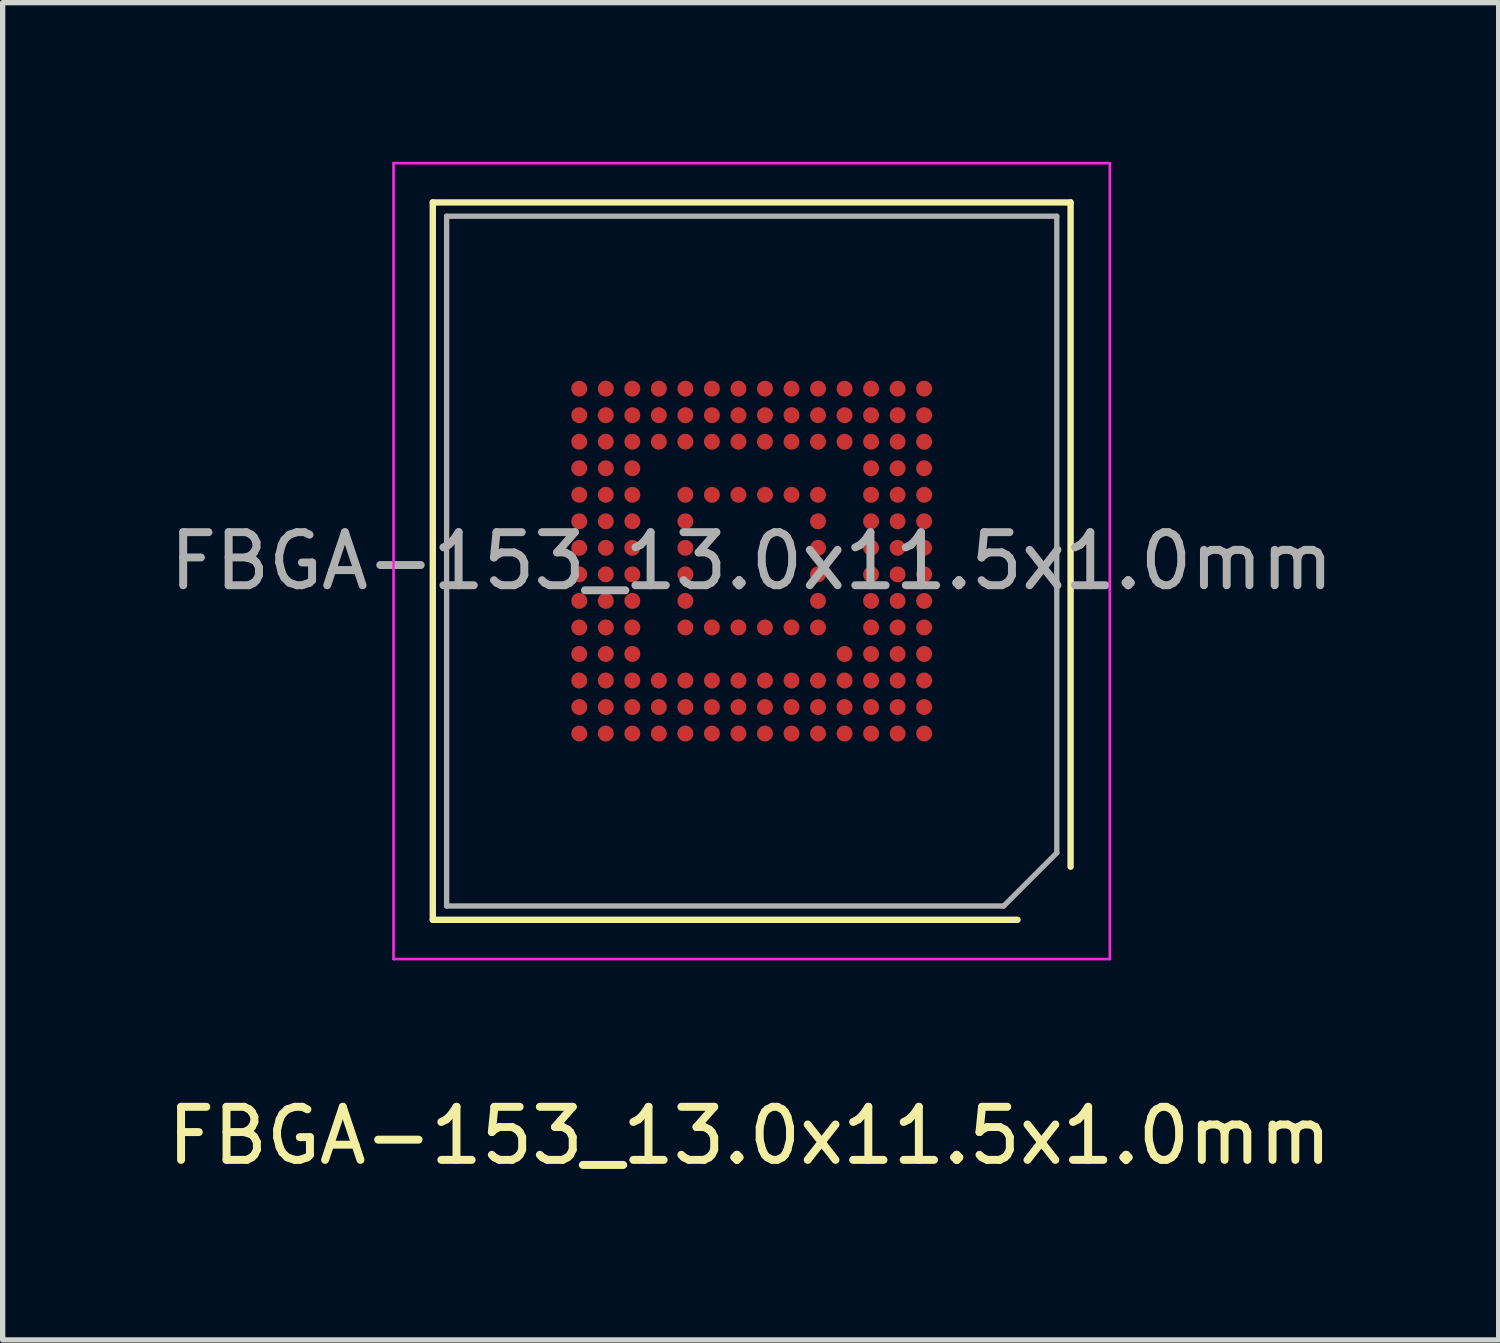
<source format=kicad_pcb>
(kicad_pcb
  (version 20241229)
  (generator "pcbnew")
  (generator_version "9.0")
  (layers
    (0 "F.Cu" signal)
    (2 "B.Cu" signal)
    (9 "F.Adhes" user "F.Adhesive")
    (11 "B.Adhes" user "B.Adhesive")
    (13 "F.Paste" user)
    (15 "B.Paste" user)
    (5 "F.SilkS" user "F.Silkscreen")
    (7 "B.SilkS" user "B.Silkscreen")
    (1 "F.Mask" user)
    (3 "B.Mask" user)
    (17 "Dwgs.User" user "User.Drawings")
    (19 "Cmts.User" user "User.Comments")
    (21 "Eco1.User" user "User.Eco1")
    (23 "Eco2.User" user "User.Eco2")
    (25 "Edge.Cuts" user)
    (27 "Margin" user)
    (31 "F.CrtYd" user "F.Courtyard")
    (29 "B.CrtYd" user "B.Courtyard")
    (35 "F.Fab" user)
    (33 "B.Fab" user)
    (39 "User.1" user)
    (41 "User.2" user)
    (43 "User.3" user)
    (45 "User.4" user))
  (footprint "FBGA-153_13.0x11.5x1.0mm"
    (layer "F.Cu")
    (at 11.117 7.525)
    (property "Reference" "FBGA-153_13.0x11.5x1.0mm" (at -0.04 10.83 0) (layer "F.SilkS") (effects (font (size 1 1) (thickness 0.15))))
    (attr through_hole)
    (fp_line (start -6.01 -6.76) (end -6.01 6.76) (stroke (width 0.12) (type solid)) (layer "F.SilkS"))
    (fp_line (start -6.01 -6.76) (end 6.01 -6.76) (stroke (width 0.12) (type solid)) (layer "F.SilkS"))
    (fp_line (start 5.01 6.76) (end -6.01 6.76) (stroke (width 0.12) (type solid)) (layer "F.SilkS"))
    (fp_line (start 6.01 5.76) (end 6.01 -6.76) (stroke (width 0.12) (type solid)) (layer "F.SilkS"))
    (fp_line (start -6.75 7.5) (end -6.75 -7.5) (stroke (width 0.05) (type solid)) (layer "F.CrtYd"))
    (fp_line (start -6.75 7.5) (end 6.75 7.5) (stroke (width 0.05) (type solid)) (layer "F.CrtYd"))
    (fp_line (start 6.75 -7.5) (end -6.75 -7.5) (stroke (width 0.05) (type solid)) (layer "F.CrtYd"))
    (fp_line (start 6.75 -7.5) (end 6.75 7.5) (stroke (width 0.05) (type solid)) (layer "F.CrtYd"))
    (fp_line (start -5.75 6.5) (end -5.75 -6.5) (stroke (width 0.1) (type solid)) (layer "F.Fab"))
    (fp_line (start -5.75 6.5) (end 4.75 6.5) (stroke (width 0.1) (type solid)) (layer "F.Fab"))
    (fp_line (start 5.75 -6.5) (end -5.75 -6.5) (stroke (width 0.1) (type solid)) (layer "F.Fab"))
    (fp_line (start 5.75 -6.5) (end 5.75 5.5) (stroke (width 0.1) (type solid)) (layer "F.Fab"))
    (fp_line (start 5.75 5.5) (end 4.75 6.5) (stroke (width 0.1) (type solid)) (layer "F.Fab"))
    (fp_text user "${REFERENCE}" (at 0 0 0) (layer "F.Fab") (effects (font (size 1 1) (thickness 0.15))))
    (pad "A1" smd circle (at 3.25 3.25 270) (size 0.3 0.3) (layers "F.Cu" "F.Mask" "F.Paste"))
    (pad "A2" smd circle (at 2.75 3.25 270) (size 0.3 0.3) (layers "F.Cu" "F.Mask" "F.Paste"))
    (pad "A3" smd circle (at 2.25 3.25 270) (size 0.3 0.3) (layers "F.Cu" "F.Mask" "F.Paste"))
    (pad "A4" smd circle (at 1.75 3.25 270) (size 0.3 0.3) (layers "F.Cu" "F.Mask" "F.Paste"))
    (pad "A5" smd circle (at 1.25 3.25 270) (size 0.3 0.3) (layers "F.Cu" "F.Mask" "F.Paste"))
    (pad "A6" smd circle (at 0.75 3.25 270) (size 0.3 0.3) (layers "F.Cu" "F.Mask" "F.Paste"))
    (pad "A7" smd circle (at 0.25 3.25 270) (size 0.3 0.3) (layers "F.Cu" "F.Mask" "F.Paste"))
    (pad "A8" smd circle (at -0.25 3.25 270) (size 0.3 0.3) (layers "F.Cu" "F.Mask" "F.Paste"))
    (pad "A9" smd circle (at -0.75 3.25 270) (size 0.3 0.3) (layers "F.Cu" "F.Mask" "F.Paste"))
    (pad "A10" smd circle (at -1.25 3.25 270) (size 0.3 0.3) (layers "F.Cu" "F.Mask" "F.Paste"))
    (pad "A11" smd circle (at -1.75 3.25 270) (size 0.3 0.3) (layers "F.Cu" "F.Mask" "F.Paste"))
    (pad "A12" smd circle (at -2.25 3.25 270) (size 0.3 0.3) (layers "F.Cu" "F.Mask" "F.Paste"))
    (pad "A13" smd circle (at -2.75 3.25 270) (size 0.3 0.3) (layers "F.Cu" "F.Mask" "F.Paste"))
    (pad "A14" smd circle (at -3.25 3.25 270) (size 0.3 0.3) (layers "F.Cu" "F.Mask" "F.Paste"))
    (pad "B1" smd circle (at 3.25 2.75 270) (size 0.3 0.3) (layers "F.Cu" "F.Mask" "F.Paste"))
    (pad "B2" smd circle (at 2.75 2.75 270) (size 0.3 0.3) (layers "F.Cu" "F.Mask" "F.Paste"))
    (pad "B3" smd circle (at 2.25 2.75 270) (size 0.3 0.3) (layers "F.Cu" "F.Mask" "F.Paste"))
    (pad "B4" smd circle (at 1.75 2.75 270) (size 0.3 0.3) (layers "F.Cu" "F.Mask" "F.Paste"))
    (pad "B5" smd circle (at 1.25 2.75 270) (size 0.3 0.3) (layers "F.Cu" "F.Mask" "F.Paste"))
    (pad "B6" smd circle (at 0.75 2.75 270) (size 0.3 0.3) (layers "F.Cu" "F.Mask" "F.Paste"))
    (pad "B7" smd circle (at 0.25 2.75 270) (size 0.3 0.3) (layers "F.Cu" "F.Mask" "F.Paste"))
    (pad "B8" smd circle (at -0.25 2.75 270) (size 0.3 0.3) (layers "F.Cu" "F.Mask" "F.Paste"))
    (pad "B9" smd circle (at -0.75 2.75 270) (size 0.3 0.3) (layers "F.Cu" "F.Mask" "F.Paste"))
    (pad "B10" smd circle (at -1.25 2.75 270) (size 0.3 0.3) (layers "F.Cu" "F.Mask" "F.Paste"))
    (pad "B11" smd circle (at -1.75 2.75 270) (size 0.3 0.3) (layers "F.Cu" "F.Mask" "F.Paste"))
    (pad "B12" smd circle (at -2.25 2.75 270) (size 0.3 0.3) (layers "F.Cu" "F.Mask" "F.Paste"))
    (pad "B13" smd circle (at -2.75 2.75 270) (size 0.3 0.3) (layers "F.Cu" "F.Mask" "F.Paste"))
    (pad "B14" smd circle (at -3.25 2.75 270) (size 0.3 0.3) (layers "F.Cu" "F.Mask" "F.Paste"))
    (pad "C1" smd circle (at 3.25 2.25 270) (size 0.3 0.3) (layers "F.Cu" "F.Mask" "F.Paste"))
    (pad "C2" smd circle (at 2.75 2.25 270) (size 0.3 0.3) (layers "F.Cu" "F.Mask" "F.Paste"))
    (pad "C3" smd circle (at 2.25 2.25 270) (size 0.3 0.3) (layers "F.Cu" "F.Mask" "F.Paste"))
    (pad "C4" smd circle (at 1.75 2.25 270) (size 0.3 0.3) (layers "F.Cu" "F.Mask" "F.Paste"))
    (pad "C5" smd circle (at 1.25 2.25 270) (size 0.3 0.3) (layers "F.Cu" "F.Mask" "F.Paste"))
    (pad "C6" smd circle (at 0.75 2.25 270) (size 0.3 0.3) (layers "F.Cu" "F.Mask" "F.Paste"))
    (pad "C7" smd circle (at 0.25 2.25 270) (size 0.3 0.3) (layers "F.Cu" "F.Mask" "F.Paste"))
    (pad "C8" smd circle (at -0.25 2.25 270) (size 0.3 0.3) (layers "F.Cu" "F.Mask" "F.Paste"))
    (pad "C9" smd circle (at -0.75 2.25 270) (size 0.3 0.3) (layers "F.Cu" "F.Mask" "F.Paste"))
    (pad "C10" smd circle (at -1.25 2.25 270) (size 0.3 0.3) (layers "F.Cu" "F.Mask" "F.Paste"))
    (pad "C11" smd circle (at -1.75 2.25 270) (size 0.3 0.3) (layers "F.Cu" "F.Mask" "F.Paste"))
    (pad "C12" smd circle (at -2.25 2.25 270) (size 0.3 0.3) (layers "F.Cu" "F.Mask" "F.Paste"))
    (pad "C13" smd circle (at -2.75 2.25 270) (size 0.3 0.3) (layers "F.Cu" "F.Mask" "F.Paste"))
    (pad "C14" smd circle (at -3.25 2.25 270) (size 0.3 0.3) (layers "F.Cu" "F.Mask" "F.Paste"))
    (pad "D1" smd circle (at 3.25 1.75 270) (size 0.3 0.3) (layers "F.Cu" "F.Mask" "F.Paste"))
    (pad "D2" smd circle (at 2.75 1.75 270) (size 0.3 0.3) (layers "F.Cu" "F.Mask" "F.Paste"))
    (pad "D3" smd circle (at 2.25 1.75 270) (size 0.3 0.3) (layers "F.Cu" "F.Mask" "F.Paste"))
    (pad "D4" smd circle (at 1.75 1.75 270) (size 0.3 0.3) (layers "F.Cu" "F.Mask" "F.Paste"))
    (pad "D12" smd circle (at -2.25 1.75 270) (size 0.3 0.3) (layers "F.Cu" "F.Mask" "F.Paste"))
    (pad "D13" smd circle (at -2.75 1.75 270) (size 0.3 0.3) (layers "F.Cu" "F.Mask" "F.Paste"))
    (pad "D14" smd circle (at -3.25 1.75 270) (size 0.3 0.3) (layers "F.Cu" "F.Mask" "F.Paste"))
    (pad "E1" smd circle (at 3.25 1.25 270) (size 0.3 0.3) (layers "F.Cu" "F.Mask" "F.Paste"))
    (pad "E2" smd circle (at 2.75 1.25 270) (size 0.3 0.3) (layers "F.Cu" "F.Mask" "F.Paste"))
    (pad "E3" smd circle (at 2.25 1.25 270) (size 0.3 0.3) (layers "F.Cu" "F.Mask" "F.Paste"))
    (pad "E5" smd circle (at 1.25 1.25 270) (size 0.3 0.3) (layers "F.Cu" "F.Mask" "F.Paste"))
    (pad "E6" smd circle (at 0.75 1.25 270) (size 0.3 0.3) (layers "F.Cu" "F.Mask" "F.Paste"))
    (pad "E7" smd circle (at 0.25 1.25 270) (size 0.3 0.3) (layers "F.Cu" "F.Mask" "F.Paste"))
    (pad "E8" smd circle (at -0.25 1.25 270) (size 0.3 0.3) (layers "F.Cu" "F.Mask" "F.Paste"))
    (pad "E9" smd circle (at -0.75 1.25 270) (size 0.3 0.3) (layers "F.Cu" "F.Mask" "F.Paste"))
    (pad "E10" smd circle (at -1.25 1.25 270) (size 0.3 0.3) (layers "F.Cu" "F.Mask" "F.Paste"))
    (pad "E12" smd circle (at -2.25 1.25 270) (size 0.3 0.3) (layers "F.Cu" "F.Mask" "F.Paste"))
    (pad "E13" smd circle (at -2.75 1.25 270) (size 0.3 0.3) (layers "F.Cu" "F.Mask" "F.Paste"))
    (pad "E14" smd circle (at -3.25 1.25 270) (size 0.3 0.3) (layers "F.Cu" "F.Mask" "F.Paste"))
    (pad "F1" smd circle (at 3.25 0.75 270) (size 0.3 0.3) (layers "F.Cu" "F.Mask" "F.Paste"))
    (pad "F2" smd circle (at 2.75 0.75 270) (size 0.3 0.3) (layers "F.Cu" "F.Mask" "F.Paste"))
    (pad "F3" smd circle (at 2.25 0.75 270) (size 0.3 0.3) (layers "F.Cu" "F.Mask" "F.Paste"))
    (pad "F5" smd circle (at 1.25 0.75 270) (size 0.3 0.3) (layers "F.Cu" "F.Mask" "F.Paste"))
    (pad "F10" smd circle (at -1.25 0.75 270) (size 0.3 0.3) (layers "F.Cu" "F.Mask" "F.Paste"))
    (pad "F12" smd circle (at -2.25 0.75 270) (size 0.3 0.3) (layers "F.Cu" "F.Mask" "F.Paste"))
    (pad "F13" smd circle (at -2.75 0.75 270) (size 0.3 0.3) (layers "F.Cu" "F.Mask" "F.Paste"))
    (pad "F14" smd circle (at -3.25 0.75 270) (size 0.3 0.3) (layers "F.Cu" "F.Mask" "F.Paste"))
    (pad "G1" smd circle (at 3.25 0.25 270) (size 0.3 0.3) (layers "F.Cu" "F.Mask" "F.Paste"))
    (pad "G2" smd circle (at 2.75 0.25 270) (size 0.3 0.3) (layers "F.Cu" "F.Mask" "F.Paste"))
    (pad "G3" smd circle (at 2.25 0.25 270) (size 0.3 0.3) (layers "F.Cu" "F.Mask" "F.Paste"))
    (pad "G5" smd circle (at 1.25 0.25 270) (size 0.3 0.3) (layers "F.Cu" "F.Mask" "F.Paste"))
    (pad "G10" smd circle (at -1.25 0.25 270) (size 0.3 0.3) (layers "F.Cu" "F.Mask" "F.Paste"))
    (pad "G12" smd circle (at -2.25 0.25 270) (size 0.3 0.3) (layers "F.Cu" "F.Mask" "F.Paste"))
    (pad "G13" smd circle (at -2.75 0.25 270) (size 0.3 0.3) (layers "F.Cu" "F.Mask" "F.Paste"))
    (pad "G14" smd circle (at -3.25 0.25 270) (size 0.3 0.3) (layers "F.Cu" "F.Mask" "F.Paste"))
    (pad "H1" smd circle (at 3.25 -0.25 270) (size 0.3 0.3) (layers "F.Cu" "F.Mask" "F.Paste"))
    (pad "H2" smd circle (at 2.75 -0.25 270) (size 0.3 0.3) (layers "F.Cu" "F.Mask" "F.Paste"))
    (pad "H3" smd circle (at 2.25 -0.25 270) (size 0.3 0.3) (layers "F.Cu" "F.Mask" "F.Paste"))
    (pad "H5" smd circle (at 1.25 -0.25 270) (size 0.3 0.3) (layers "F.Cu" "F.Mask" "F.Paste"))
    (pad "H10" smd circle (at -1.25 -0.25 270) (size 0.3 0.3) (layers "F.Cu" "F.Mask" "F.Paste"))
    (pad "H12" smd circle (at -2.25 -0.25 270) (size 0.3 0.3) (layers "F.Cu" "F.Mask" "F.Paste"))
    (pad "H13" smd circle (at -2.75 -0.25 270) (size 0.3 0.3) (layers "F.Cu" "F.Mask" "F.Paste"))
    (pad "H14" smd circle (at -3.25 -0.25 270) (size 0.3 0.3) (layers "F.Cu" "F.Mask" "F.Paste"))
    (pad "J1" smd circle (at 3.25 -0.75 270) (size 0.3 0.3) (layers "F.Cu" "F.Mask" "F.Paste"))
    (pad "J2" smd circle (at 2.75 -0.75 270) (size 0.3 0.3) (layers "F.Cu" "F.Mask" "F.Paste"))
    (pad "J3" smd circle (at 2.25 -0.75 270) (size 0.3 0.3) (layers "F.Cu" "F.Mask" "F.Paste"))
    (pad "J5" smd circle (at 1.25 -0.75 270) (size 0.3 0.3) (layers "F.Cu" "F.Mask" "F.Paste"))
    (pad "J10" smd circle (at -1.25 -0.75 270) (size 0.3 0.3) (layers "F.Cu" "F.Mask" "F.Paste"))
    (pad "J12" smd circle (at -2.25 -0.75 270) (size 0.3 0.3) (layers "F.Cu" "F.Mask" "F.Paste"))
    (pad "J13" smd circle (at -2.75 -0.75 270) (size 0.3 0.3) (layers "F.Cu" "F.Mask" "F.Paste"))
    (pad "J14" smd circle (at -3.25 -0.75 270) (size 0.3 0.3) (layers "F.Cu" "F.Mask" "F.Paste"))
    (pad "K1" smd circle (at 3.25 -1.25 270) (size 0.3 0.3) (layers "F.Cu" "F.Mask" "F.Paste"))
    (pad "K2" smd circle (at 2.75 -1.25 270) (size 0.3 0.3) (layers "F.Cu" "F.Mask" "F.Paste"))
    (pad "K3" smd circle (at 2.25 -1.25 270) (size 0.3 0.3) (layers "F.Cu" "F.Mask" "F.Paste"))
    (pad "K5" smd circle (at 1.25 -1.25 270) (size 0.3 0.3) (layers "F.Cu" "F.Mask" "F.Paste"))
    (pad "K6" smd circle (at 0.75 -1.25 270) (size 0.3 0.3) (layers "F.Cu" "F.Mask" "F.Paste"))
    (pad "K7" smd circle (at 0.25 -1.25 270) (size 0.3 0.3) (layers "F.Cu" "F.Mask" "F.Paste"))
    (pad "K8" smd circle (at -0.25 -1.25 270) (size 0.3 0.3) (layers "F.Cu" "F.Mask" "F.Paste"))
    (pad "K9" smd circle (at -0.75 -1.25 270) (size 0.3 0.3) (layers "F.Cu" "F.Mask" "F.Paste"))
    (pad "K10" smd circle (at -1.25 -1.25 270) (size 0.3 0.3) (layers "F.Cu" "F.Mask" "F.Paste"))
    (pad "K12" smd circle (at -2.25 -1.25 270) (size 0.3 0.3) (layers "F.Cu" "F.Mask" "F.Paste"))
    (pad "K13" smd circle (at -2.75 -1.25 270) (size 0.3 0.3) (layers "F.Cu" "F.Mask" "F.Paste"))
    (pad "K14" smd circle (at -3.25 -1.25 270) (size 0.3 0.3) (layers "F.Cu" "F.Mask" "F.Paste"))
    (pad "L1" smd circle (at 3.25 -1.75 270) (size 0.3 0.3) (layers "F.Cu" "F.Mask" "F.Paste"))
    (pad "L2" smd circle (at 2.75 -1.75 270) (size 0.3 0.3) (layers "F.Cu" "F.Mask" "F.Paste"))
    (pad "L3" smd circle (at 2.25 -1.75 270) (size 0.3 0.3) (layers "F.Cu" "F.Mask" "F.Paste"))
    (pad "L12" smd circle (at -2.25 -1.75 270) (size 0.3 0.3) (layers "F.Cu" "F.Mask" "F.Paste"))
    (pad "L13" smd circle (at -2.75 -1.75 270) (size 0.3 0.3) (layers "F.Cu" "F.Mask" "F.Paste"))
    (pad "L14" smd circle (at -3.25 -1.75 270) (size 0.3 0.3) (layers "F.Cu" "F.Mask" "F.Paste"))
    (pad "M1" smd circle (at 3.25 -2.25 270) (size 0.3 0.3) (layers "F.Cu" "F.Mask" "F.Paste"))
    (pad "M2" smd circle (at 2.75 -2.25 270) (size 0.3 0.3) (layers "F.Cu" "F.Mask" "F.Paste"))
    (pad "M3" smd circle (at 2.25 -2.25 270) (size 0.3 0.3) (layers "F.Cu" "F.Mask" "F.Paste"))
    (pad "M4" smd circle (at 1.75 -2.25 270) (size 0.3 0.3) (layers "F.Cu" "F.Mask" "F.Paste"))
    (pad "M5" smd circle (at 1.25 -2.25 270) (size 0.3 0.3) (layers "F.Cu" "F.Mask" "F.Paste"))
    (pad "M6" smd circle (at 0.75 -2.25 270) (size 0.3 0.3) (layers "F.Cu" "F.Mask" "F.Paste"))
    (pad "M7" smd circle (at 0.25 -2.25 270) (size 0.3 0.3) (layers "F.Cu" "F.Mask" "F.Paste"))
    (pad "M8" smd circle (at -0.25 -2.25 270) (size 0.3 0.3) (layers "F.Cu" "F.Mask" "F.Paste"))
    (pad "M9" smd circle (at -0.75 -2.25 270) (size 0.3 0.3) (layers "F.Cu" "F.Mask" "F.Paste"))
    (pad "M10" smd circle (at -1.25 -2.25 270) (size 0.3 0.3) (layers "F.Cu" "F.Mask" "F.Paste"))
    (pad "M11" smd circle (at -1.75 -2.25 270) (size 0.3 0.3) (layers "F.Cu" "F.Mask" "F.Paste"))
    (pad "M12" smd circle (at -2.25 -2.25 270) (size 0.3 0.3) (layers "F.Cu" "F.Mask" "F.Paste"))
    (pad "M13" smd circle (at -2.75 -2.25 270) (size 0.3 0.3) (layers "F.Cu" "F.Mask" "F.Paste"))
    (pad "M14" smd circle (at -3.25 -2.25 270) (size 0.3 0.3) (layers "F.Cu" "F.Mask" "F.Paste"))
    (pad "N1" smd circle (at 3.25 -2.75 270) (size 0.3 0.3) (layers "F.Cu" "F.Mask" "F.Paste"))
    (pad "N2" smd circle (at 2.75 -2.75 270) (size 0.3 0.3) (layers "F.Cu" "F.Mask" "F.Paste"))
    (pad "N3" smd circle (at 2.25 -2.75 270) (size 0.3 0.3) (layers "F.Cu" "F.Mask" "F.Paste"))
    (pad "N4" smd circle (at 1.75 -2.75 270) (size 0.3 0.3) (layers "F.Cu" "F.Mask" "F.Paste"))
    (pad "N5" smd circle (at 1.25 -2.75 270) (size 0.3 0.3) (layers "F.Cu" "F.Mask" "F.Paste"))
    (pad "N6" smd circle (at 0.75 -2.75 270) (size 0.3 0.3) (layers "F.Cu" "F.Mask" "F.Paste"))
    (pad "N7" smd circle (at 0.25 -2.75 270) (size 0.3 0.3) (layers "F.Cu" "F.Mask" "F.Paste"))
    (pad "N8" smd circle (at -0.25 -2.75 270) (size 0.3 0.3) (layers "F.Cu" "F.Mask" "F.Paste"))
    (pad "N9" smd circle (at -0.75 -2.75 270) (size 0.3 0.3) (layers "F.Cu" "F.Mask" "F.Paste"))
    (pad "N10" smd circle (at -1.25 -2.75 270) (size 0.3 0.3) (layers "F.Cu" "F.Mask" "F.Paste"))
    (pad "N11" smd circle (at -1.75 -2.75 270) (size 0.3 0.3) (layers "F.Cu" "F.Mask" "F.Paste"))
    (pad "N12" smd circle (at -2.25 -2.75 270) (size 0.3 0.3) (layers "F.Cu" "F.Mask" "F.Paste"))
    (pad "N13" smd circle (at -2.75 -2.75 270) (size 0.3 0.3) (layers "F.Cu" "F.Mask" "F.Paste"))
    (pad "N14" smd circle (at -3.25 -2.75 270) (size 0.3 0.3) (layers "F.Cu" "F.Mask" "F.Paste"))
    (pad "P1" smd circle (at 3.25 -3.25 270) (size 0.3 0.3) (layers "F.Cu" "F.Mask" "F.Paste"))
    (pad "P2" smd circle (at 2.75 -3.25 270) (size 0.3 0.3) (layers "F.Cu" "F.Mask" "F.Paste"))
    (pad "P3" smd circle (at 2.25 -3.25 270) (size 0.3 0.3) (layers "F.Cu" "F.Mask" "F.Paste"))
    (pad "P4" smd circle (at 1.75 -3.25 270) (size 0.3 0.3) (layers "F.Cu" "F.Mask" "F.Paste"))
    (pad "P5" smd circle (at 1.25 -3.25 270) (size 0.3 0.3) (layers "F.Cu" "F.Mask" "F.Paste"))
    (pad "P6" smd circle (at 0.75 -3.25 270) (size 0.3 0.3) (layers "F.Cu" "F.Mask" "F.Paste"))
    (pad "P7" smd circle (at 0.25 -3.25 270) (size 0.3 0.3) (layers "F.Cu" "F.Mask" "F.Paste"))
    (pad "P8" smd circle (at -0.25 -3.25 270) (size 0.3 0.3) (layers "F.Cu" "F.Mask" "F.Paste"))
    (pad "P9" smd circle (at -0.75 -3.25 270) (size 0.3 0.3) (layers "F.Cu" "F.Mask" "F.Paste"))
    (pad "P10" smd circle (at -1.25 -3.25 270) (size 0.3 0.3) (layers "F.Cu" "F.Mask" "F.Paste"))
    (pad "P11" smd circle (at -1.75 -3.25 270) (size 0.3 0.3) (layers "F.Cu" "F.Mask" "F.Paste"))
    (pad "P12" smd circle (at -2.25 -3.25 270) (size 0.3 0.3) (layers "F.Cu" "F.Mask" "F.Paste"))
    (pad "P13" smd circle (at -2.75 -3.25 270) (size 0.3 0.3) (layers "F.Cu" "F.Mask" "F.Paste"))
    (pad "P14" smd circle (at -3.25 -3.25 270) (size 0.3 0.3) (layers "F.Cu" "F.Mask" "F.Paste")))
  (gr_rect
    (start -3 -3)
    (end 25.195 22.203)
    (stroke (width 0.1) (type default))
    (fill no)
    (layer "Edge.Cuts")))
</source>
